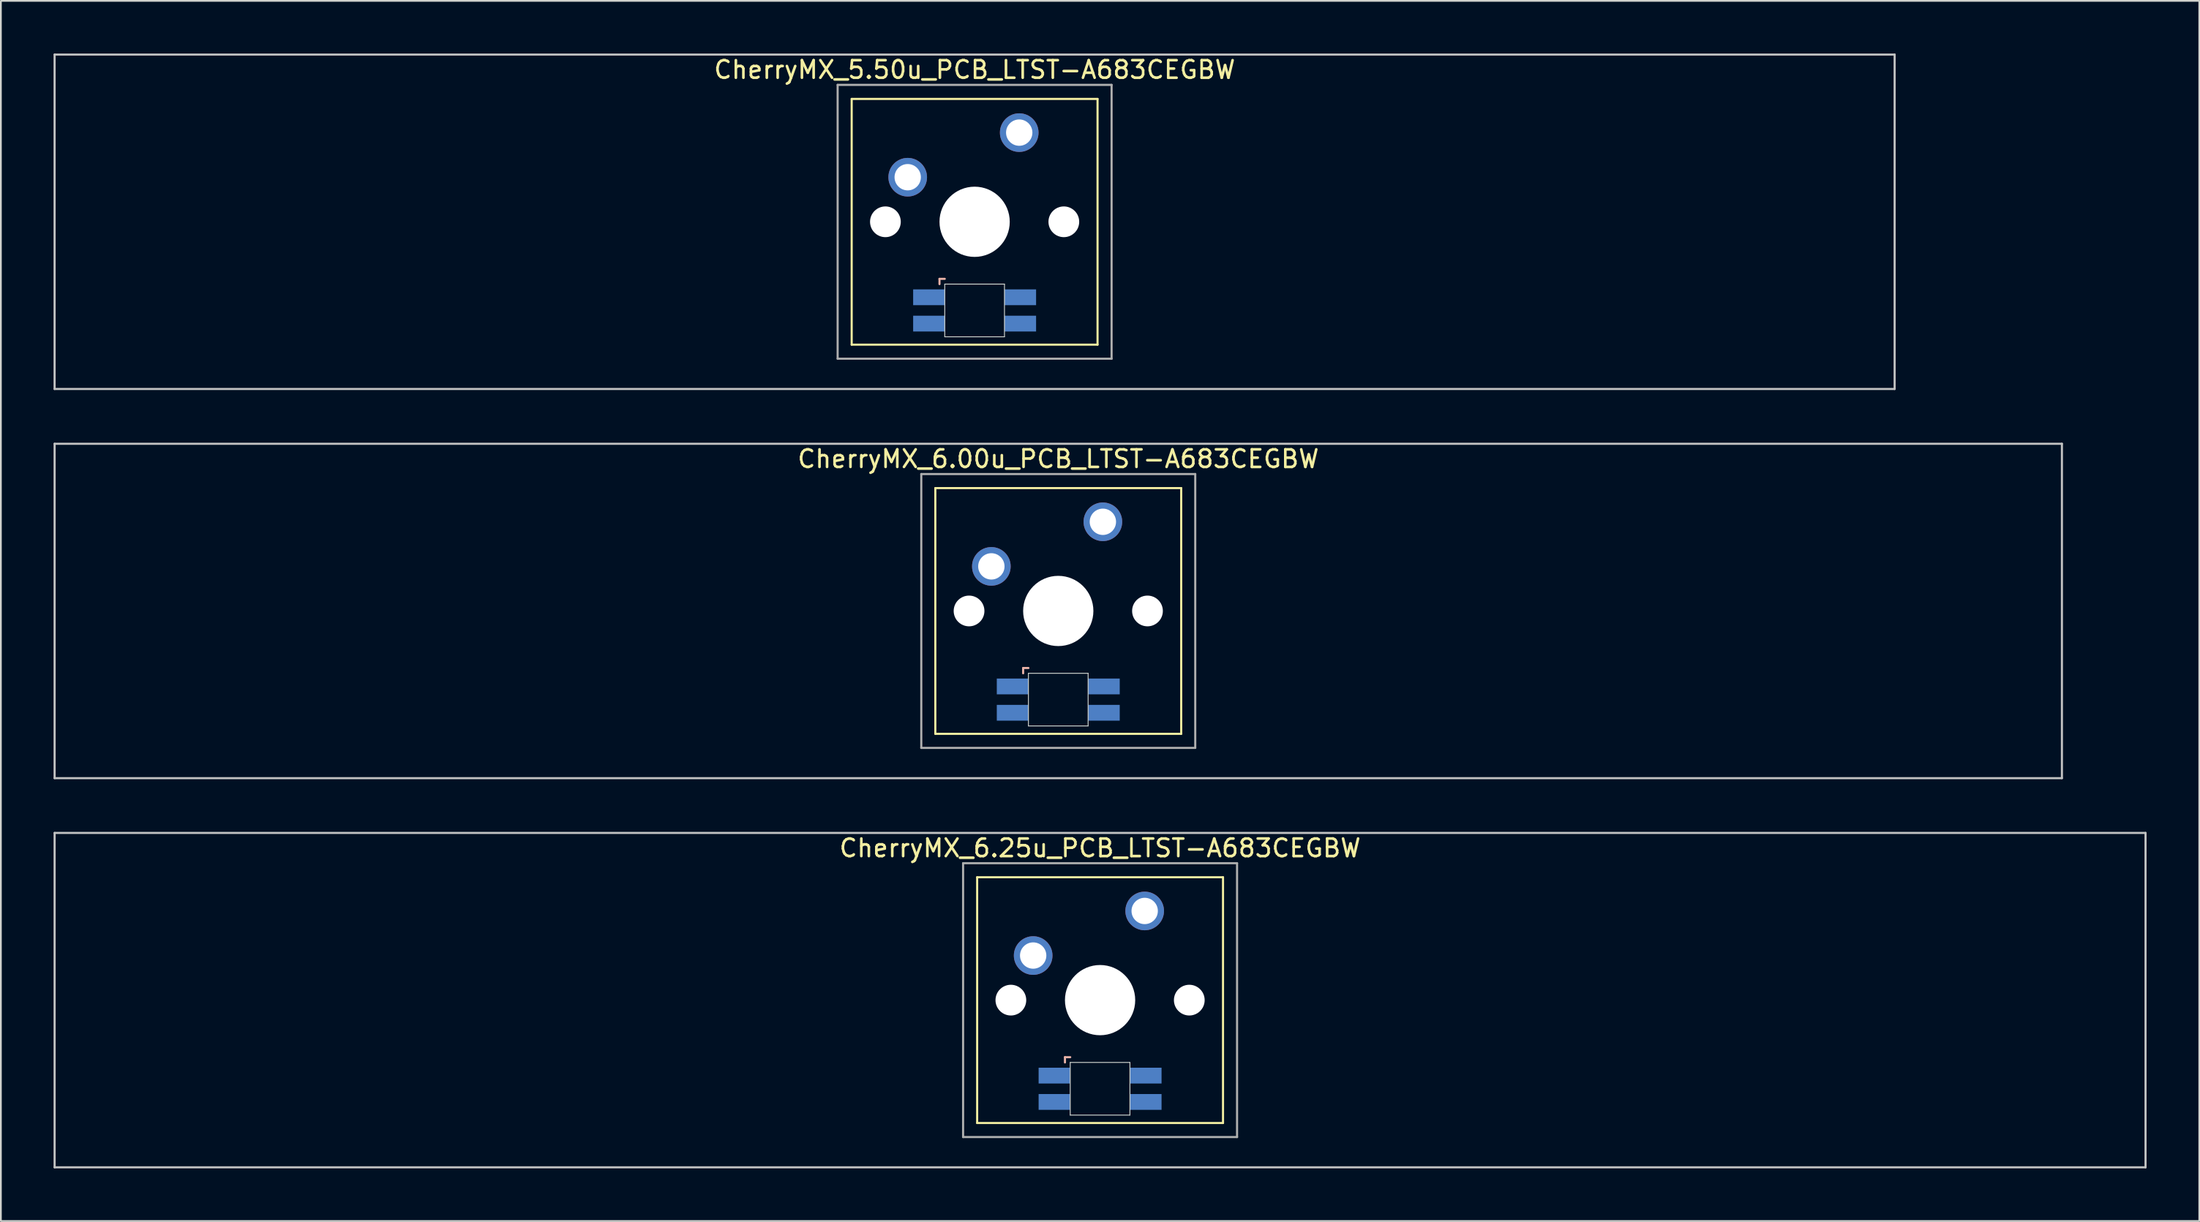
<source format=kicad_pcb>
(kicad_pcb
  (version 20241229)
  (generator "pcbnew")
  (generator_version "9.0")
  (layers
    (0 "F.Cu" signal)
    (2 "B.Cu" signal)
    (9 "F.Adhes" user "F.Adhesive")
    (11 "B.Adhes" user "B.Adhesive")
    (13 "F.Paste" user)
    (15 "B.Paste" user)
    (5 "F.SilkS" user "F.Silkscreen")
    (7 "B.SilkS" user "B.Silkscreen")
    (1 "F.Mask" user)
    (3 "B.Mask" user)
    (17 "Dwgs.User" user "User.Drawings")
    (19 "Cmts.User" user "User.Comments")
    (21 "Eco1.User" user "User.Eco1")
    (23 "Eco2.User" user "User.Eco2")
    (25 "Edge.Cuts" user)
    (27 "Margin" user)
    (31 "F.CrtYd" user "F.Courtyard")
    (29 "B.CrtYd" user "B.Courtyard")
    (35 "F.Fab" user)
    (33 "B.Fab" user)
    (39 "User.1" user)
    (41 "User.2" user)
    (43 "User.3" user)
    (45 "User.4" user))
  (footprint "CherryMX_6.25u_PCB_LTST-A683CEGBW"
    (layer "F.Cu")
    (at 59.591 53.925)
    (property "Reference" "CherryMX_6.25u_PCB_LTST-A683CEGBW" (at 0 -8.662 0) (layer "F.SilkS") (effects (font (size 1 1) (thickness 0.15))))
    (attr through_hole)
    (fp_line (start -7 -7) (end -7 7) (stroke (width 0.12) (type solid)) (layer "F.SilkS"))
    (fp_line (start -7 -7) (end 7 -7) (stroke (width 0.12) (type solid)) (layer "F.SilkS"))
    (fp_line (start 7 -7) (end 7 7) (stroke (width 0.12) (type solid)) (layer "F.SilkS"))
    (fp_line (start 7 7) (end -7 7) (stroke (width 0.12) (type solid)) (layer "F.SilkS"))
    (fp_line (start -2 3.25) (end -2 3.55) (stroke (width 0.12) (type solid)) (layer "B.SilkS"))
    (fp_line (start -1.7 3.25) (end -2 3.25) (stroke (width 0.12) (type solid)) (layer "B.SilkS"))
    (fp_line (start -59.531 -9.525) (end 59.531 -9.525) (stroke (width 0.12) (type solid)) (layer "Dwgs.User"))
    (fp_line (start -59.531 9.525) (end -59.531 -9.525) (stroke (width 0.12) (type solid)) (layer "Dwgs.User"))
    (fp_line (start 59.531 -9.525) (end 59.531 9.525) (stroke (width 0.12) (type solid)) (layer "Dwgs.User"))
    (fp_line (start 59.531 9.525) (end -59.531 9.525) (stroke (width 0.12) (type solid)) (layer "Dwgs.User"))
    (fp_line (start -1.7 3.55) (end 1.7 3.55) (stroke (width 0.05) (type solid)) (layer "Edge.Cuts"))
    (fp_line (start -1.7 6.55) (end -1.7 3.55) (stroke (width 0.05) (type solid)) (layer "Edge.Cuts"))
    (fp_line (start 1.7 3.55) (end 1.7 6.55) (stroke (width 0.05) (type solid)) (layer "Edge.Cuts"))
    (fp_line (start 1.7 6.55) (end -1.7 6.55) (stroke (width 0.05) (type solid)) (layer "Edge.Cuts"))
    (fp_line (start -7.8 -7.8) (end -7.8 7.8) (stroke (width 0.12) (type solid)) (layer "F.Fab"))
    (fp_line (start -7.8 -7.8) (end 7.8 -7.8) (stroke (width 0.12) (type solid)) (layer "F.Fab"))
    (fp_line (start -7.8 7.8) (end 7.8 7.8) (stroke (width 0.12) (type solid)) (layer "F.Fab"))
    (fp_line (start 7.8 -7.8) (end 7.8 7.8) (stroke (width 0.12) (type solid)) (layer "F.Fab"))
    (pad "" np_thru_hole circle (at -5.08 0) (size 1.75 1.75) (drill 1.75) (layers "*.Cu" "*.Mask"))
    (pad "" np_thru_hole circle (at 0 0) (size 4 4) (drill 4) (layers "*.Cu" "*.Mask"))
    (pad "" np_thru_hole circle (at 5.08 0) (size 1.75 1.75) (drill 1.75) (layers "*.Cu" "*.Mask"))
    (pad "1" thru_hole circle (at -3.81 -2.54) (size 2.2 2.2) (drill 1.5) (layers "*.Cu" "*.Mask"))
    (pad "2" thru_hole circle (at 2.54 -5.08) (size 2.2 2.2) (drill 1.5) (layers "*.Cu" "*.Mask"))
    (pad "3" smd rect (at -2.6 4.3) (size 1.8 0.9) (layers "B.Cu" "B.Mask" "B.Paste"))
    (pad "4" smd rect (at -2.6 5.8) (size 1.8 0.9) (layers "B.Cu" "B.Mask" "B.Paste"))
    (pad "5" smd rect (at 2.6 4.3) (size 1.8 0.9) (layers "B.Cu" "B.Mask" "B.Paste"))
    (pad "6" smd rect (at 2.6 5.8) (size 1.8 0.9) (layers "B.Cu" "B.Mask" "B.Paste")))
  (footprint "CherryMX_6.00u_PCB_LTST-A683CEGBW"
    (layer "F.Cu")
    (at 57.21 31.755)
    (property "Reference" "CherryMX_6.00u_PCB_LTST-A683CEGBW" (at 0 -8.662 0) (layer "F.SilkS") (effects (font (size 1 1) (thickness 0.15))))
    (attr through_hole)
    (fp_line (start -7 -7) (end -7 7) (stroke (width 0.12) (type solid)) (layer "F.SilkS"))
    (fp_line (start -7 -7) (end 7 -7) (stroke (width 0.12) (type solid)) (layer "F.SilkS"))
    (fp_line (start 7 -7) (end 7 7) (stroke (width 0.12) (type solid)) (layer "F.SilkS"))
    (fp_line (start 7 7) (end -7 7) (stroke (width 0.12) (type solid)) (layer "F.SilkS"))
    (fp_line (start -2 3.25) (end -2 3.55) (stroke (width 0.12) (type solid)) (layer "B.SilkS"))
    (fp_line (start -1.7 3.25) (end -2 3.25) (stroke (width 0.12) (type solid)) (layer "B.SilkS"))
    (fp_line (start -57.15 -9.525) (end 57.15 -9.525) (stroke (width 0.12) (type solid)) (layer "Dwgs.User"))
    (fp_line (start -57.15 9.525) (end -57.15 -9.525) (stroke (width 0.12) (type solid)) (layer "Dwgs.User"))
    (fp_line (start 57.15 -9.525) (end 57.15 9.525) (stroke (width 0.12) (type solid)) (layer "Dwgs.User"))
    (fp_line (start 57.15 9.525) (end -57.15 9.525) (stroke (width 0.12) (type solid)) (layer "Dwgs.User"))
    (fp_line (start -1.7 3.55) (end 1.7 3.55) (stroke (width 0.05) (type solid)) (layer "Edge.Cuts"))
    (fp_line (start -1.7 6.55) (end -1.7 3.55) (stroke (width 0.05) (type solid)) (layer "Edge.Cuts"))
    (fp_line (start 1.7 3.55) (end 1.7 6.55) (stroke (width 0.05) (type solid)) (layer "Edge.Cuts"))
    (fp_line (start 1.7 6.55) (end -1.7 6.55) (stroke (width 0.05) (type solid)) (layer "Edge.Cuts"))
    (fp_line (start -7.8 -7.8) (end -7.8 7.8) (stroke (width 0.12) (type solid)) (layer "F.Fab"))
    (fp_line (start -7.8 -7.8) (end 7.8 -7.8) (stroke (width 0.12) (type solid)) (layer "F.Fab"))
    (fp_line (start -7.8 7.8) (end 7.8 7.8) (stroke (width 0.12) (type solid)) (layer "F.Fab"))
    (fp_line (start 7.8 -7.8) (end 7.8 7.8) (stroke (width 0.12) (type solid)) (layer "F.Fab"))
    (pad "" np_thru_hole circle (at -5.08 0) (size 1.75 1.75) (drill 1.75) (layers "*.Cu" "*.Mask"))
    (pad "" np_thru_hole circle (at 0 0) (size 4 4) (drill 4) (layers "*.Cu" "*.Mask"))
    (pad "" np_thru_hole circle (at 5.08 0) (size 1.75 1.75) (drill 1.75) (layers "*.Cu" "*.Mask"))
    (pad "1" thru_hole circle (at -3.81 -2.54) (size 2.2 2.2) (drill 1.5) (layers "*.Cu" "*.Mask"))
    (pad "2" thru_hole circle (at 2.54 -5.08) (size 2.2 2.2) (drill 1.5) (layers "*.Cu" "*.Mask"))
    (pad "3" smd rect (at -2.6 4.3) (size 1.8 0.9) (layers "B.Cu" "B.Mask" "B.Paste"))
    (pad "4" smd rect (at -2.6 5.8) (size 1.8 0.9) (layers "B.Cu" "B.Mask" "B.Paste"))
    (pad "5" smd rect (at 2.6 4.3) (size 1.8 0.9) (layers "B.Cu" "B.Mask" "B.Paste"))
    (pad "6" smd rect (at 2.6 5.8) (size 1.8 0.9) (layers "B.Cu" "B.Mask" "B.Paste")))
  (footprint "CherryMX_5.50u_PCB_LTST-A683CEGBW"
    (layer "F.Cu")
    (at 52.447 9.585)
    (property "Reference" "CherryMX_5.50u_PCB_LTST-A683CEGBW" (at 0 -8.662 0) (layer "F.SilkS") (effects (font (size 1 1) (thickness 0.15))))
    (attr through_hole)
    (fp_line (start -7 -7) (end -7 7) (stroke (width 0.12) (type solid)) (layer "F.SilkS"))
    (fp_line (start -7 -7) (end 7 -7) (stroke (width 0.12) (type solid)) (layer "F.SilkS"))
    (fp_line (start 7 -7) (end 7 7) (stroke (width 0.12) (type solid)) (layer "F.SilkS"))
    (fp_line (start 7 7) (end -7 7) (stroke (width 0.12) (type solid)) (layer "F.SilkS"))
    (fp_line (start -2 3.25) (end -2 3.55) (stroke (width 0.12) (type solid)) (layer "B.SilkS"))
    (fp_line (start -1.7 3.25) (end -2 3.25) (stroke (width 0.12) (type solid)) (layer "B.SilkS"))
    (fp_line (start -52.388 -9.525) (end 52.388 -9.525) (stroke (width 0.12) (type solid)) (layer "Dwgs.User"))
    (fp_line (start -52.388 9.525) (end -52.388 -9.525) (stroke (width 0.12) (type solid)) (layer "Dwgs.User"))
    (fp_line (start 52.388 -9.525) (end 52.388 9.525) (stroke (width 0.12) (type solid)) (layer "Dwgs.User"))
    (fp_line (start 52.388 9.525) (end -52.388 9.525) (stroke (width 0.12) (type solid)) (layer "Dwgs.User"))
    (fp_line (start -1.7 3.55) (end 1.7 3.55) (stroke (width 0.05) (type solid)) (layer "Edge.Cuts"))
    (fp_line (start -1.7 6.55) (end -1.7 3.55) (stroke (width 0.05) (type solid)) (layer "Edge.Cuts"))
    (fp_line (start 1.7 3.55) (end 1.7 6.55) (stroke (width 0.05) (type solid)) (layer "Edge.Cuts"))
    (fp_line (start 1.7 6.55) (end -1.7 6.55) (stroke (width 0.05) (type solid)) (layer "Edge.Cuts"))
    (fp_line (start -7.8 -7.8) (end -7.8 7.8) (stroke (width 0.12) (type solid)) (layer "F.Fab"))
    (fp_line (start -7.8 -7.8) (end 7.8 -7.8) (stroke (width 0.12) (type solid)) (layer "F.Fab"))
    (fp_line (start -7.8 7.8) (end 7.8 7.8) (stroke (width 0.12) (type solid)) (layer "F.Fab"))
    (fp_line (start 7.8 -7.8) (end 7.8 7.8) (stroke (width 0.12) (type solid)) (layer "F.Fab"))
    (pad "" np_thru_hole circle (at -5.08 0) (size 1.75 1.75) (drill 1.75) (layers "*.Cu" "*.Mask"))
    (pad "" np_thru_hole circle (at 0 0) (size 4 4) (drill 4) (layers "*.Cu" "*.Mask"))
    (pad "" np_thru_hole circle (at 5.08 0) (size 1.75 1.75) (drill 1.75) (layers "*.Cu" "*.Mask"))
    (pad "1" thru_hole circle (at -3.81 -2.54) (size 2.2 2.2) (drill 1.5) (layers "*.Cu" "*.Mask"))
    (pad "2" thru_hole circle (at 2.54 -5.08) (size 2.2 2.2) (drill 1.5) (layers "*.Cu" "*.Mask"))
    (pad "3" smd rect (at -2.6 4.3) (size 1.8 0.9) (layers "B.Cu" "B.Mask" "B.Paste"))
    (pad "4" smd rect (at -2.6 5.8) (size 1.8 0.9) (layers "B.Cu" "B.Mask" "B.Paste"))
    (pad "5" smd rect (at 2.6 4.3) (size 1.8 0.9) (layers "B.Cu" "B.Mask" "B.Paste"))
    (pad "6" smd rect (at 2.6 5.8) (size 1.8 0.9) (layers "B.Cu" "B.Mask" "B.Paste")))
  (gr_rect
    (start -3 -3)
    (end 122.183 66.51)
    (stroke (width 0.1) (type default))
    (fill no)
    (layer "Edge.Cuts")))
</source>
